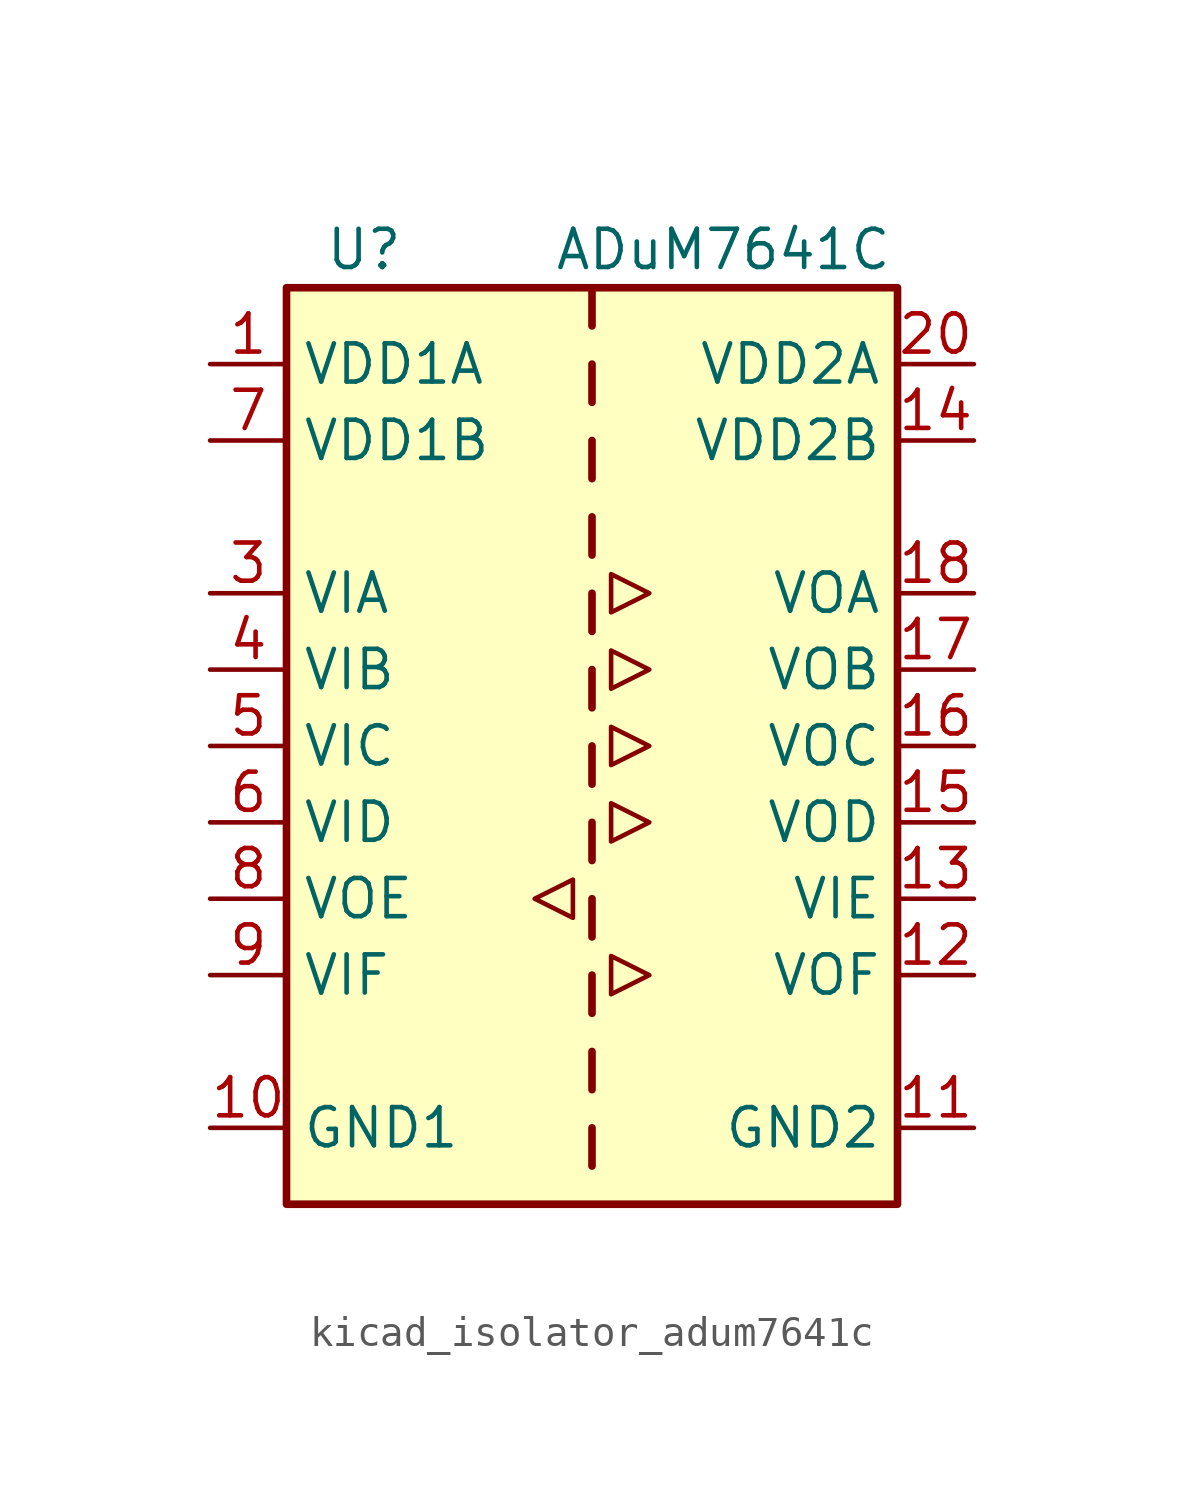
<source format=kicad_sym>
(kicad_symbol_lib
  (version 20220914)
  (generator kicad_symbol_editor)
  (symbol "kicad_isolator_adum7641c"
    (property "Reference" "U"
      (at -8.89 16.51 0)
      (effects (font (size 1.27 1.27)) (justify left)))
    (property "Value" "ADuM7641C"
      (at -1.27 16.51 0)
      (effects (font (size 1.27 1.27)) (justify left)))
    (symbol "kicad_isolator_adum7641c_0_1"
      (polyline (pts (xy -1.905 -5.08) (xy -0.635 -4.445) (xy -0.635 -5.715) (xy -1.905 -5.08)) (stroke (width 0) (type default)) (fill (type none)))
      (polyline (pts (xy 0.635 -6.985) (xy 0.635 -8.255) (xy 1.905 -7.62) (xy 0.635 -6.985)) (stroke (width 0) (type default)) (fill (type none)))
      (polyline (pts (xy 0.635 3.175) (xy 0.635 1.905) (xy 1.905 2.54) (xy 0.635 3.175)) (stroke (width 0) (type default)) (fill (type none)))
      (polyline (pts (xy 0.635 5.715) (xy 0.635 4.445) (xy 1.905 5.08) (xy 0.635 5.715)) (stroke (width 0) (type default)) (fill (type none)))
      (polyline (pts (xy 1.905 -2.54) (xy 0.635 -1.905) (xy 0.635 -3.175) (xy 1.905 -2.54)) (stroke (width 0) (type default)) (fill (type none)))
      (polyline (pts (xy 1.905 0) (xy 0.635 -0.635) (xy 0.635 0.635) (xy 1.905 0)) (stroke (width 0) (type default)) (fill (type none))))
    (symbol "kicad_isolator_adum7641c_1_1"
      (rectangle (start -10.16 15.24) (end 10.16 -15.24) (stroke (width 0.254) (type default)) (fill (type background)))
      (polyline (pts (xy 0 -12.7) (xy 0 -13.97)) (stroke (width 0.254) (type default)) (fill (type none)))
      (polyline (pts (xy 0 -10.16) (xy 0 -11.43)) (stroke (width 0.254) (type default)) (fill (type none)))
      (polyline (pts (xy 0 -7.62) (xy 0 -8.89)) (stroke (width 0.254) (type default)) (fill (type none)))
      (polyline (pts (xy 0 -5.08) (xy 0 -6.35)) (stroke (width 0.254) (type default)) (fill (type none)))
      (polyline (pts (xy 0 -2.54) (xy 0 -3.81)) (stroke (width 0.254) (type default)) (fill (type none)))
      (polyline (pts (xy 0 0) (xy 0 -1.27)) (stroke (width 0.254) (type default)) (fill (type none)))
      (polyline (pts (xy 0 2.54) (xy 0 1.27)) (stroke (width 0.254) (type default)) (fill (type none)))
      (polyline (pts (xy 0 5.08) (xy 0 3.81)) (stroke (width 0.254) (type default)) (fill (type none)))
      (polyline (pts (xy 0 7.62) (xy 0 6.35)) (stroke (width 0.254) (type default)) (fill (type none)))
      (polyline (pts (xy 0 10.16) (xy 0 8.89)) (stroke (width 0.254) (type default)) (fill (type none)))
      (polyline (pts (xy 0 12.7) (xy 0 11.43)) (stroke (width 0.254) (type default)) (fill (type none)))
      (polyline (pts (xy 0 15.24) (xy 0 13.97)) (stroke (width 0.254) (type default)) (fill (type none)))
      (pin power_in line (at -12.7 12.7 0) (length 2.54) (name "VDD1A" (effects (font (size 1.27 1.27)))) (number "1" (effects (font (size 1.27 1.27)))))
      (pin power_in line (at -12.7 -12.7 0) (length 2.54) (name "GND1" (effects (font (size 1.27 1.27)))) (number "10" (effects (font (size 1.27 1.27)))))
      (pin power_in line (at 12.7 -12.7 180) (length 2.54) (name "GND2" (effects (font (size 1.27 1.27)))) (number "11" (effects (font (size 1.27 1.27)))))
      (pin output line (at 12.7 -7.62 180) (length 2.54) (name "VOF" (effects (font (size 1.27 1.27)))) (number "12" (effects (font (size 1.27 1.27)))))
      (pin input line (at 12.7 -5.08 180) (length 2.54) (name "VIE" (effects (font (size 1.27 1.27)))) (number "13" (effects (font (size 1.27 1.27)))))
      (pin power_in line (at 12.7 10.16 180) (length 2.54) (name "VDD2B" (effects (font (size 1.27 1.27)))) (number "14" (effects (font (size 1.27 1.27)))))
      (pin output line (at 12.7 -2.54 180) (length 2.54) (name "VOD" (effects (font (size 1.27 1.27)))) (number "15" (effects (font (size 1.27 1.27)))))
      (pin output line (at 12.7 0 180) (length 2.54) (name "VOC" (effects (font (size 1.27 1.27)))) (number "16" (effects (font (size 1.27 1.27)))))
      (pin output line (at 12.7 2.54 180) (length 2.54) (name "VOB" (effects (font (size 1.27 1.27)))) (number "17" (effects (font (size 1.27 1.27)))))
      (pin output line (at 12.7 5.08 180) (length 2.54) (name "VOA" (effects (font (size 1.27 1.27)))) (number "18" (effects (font (size 1.27 1.27)))))
      (pin passive line (at 12.7 -12.7 180) (length 2.54) hide (name "GND2" (effects (font (size 1.27 1.27)))) (number "19" (effects (font (size 1.27 1.27)))))
      (pin passive line (at -12.7 -12.7 0) (length 2.54) hide (name "GND1" (effects (font (size 1.27 1.27)))) (number "2" (effects (font (size 1.27 1.27)))))
      (pin power_in line (at 12.7 12.7 180) (length 2.54) (name "VDD2A" (effects (font (size 1.27 1.27)))) (number "20" (effects (font (size 1.27 1.27)))))
      (pin input line (at -12.7 5.08 0) (length 2.54) (name "VIA" (effects (font (size 1.27 1.27)))) (number "3" (effects (font (size 1.27 1.27)))))
      (pin input line (at -12.7 2.54 0) (length 2.54) (name "VIB" (effects (font (size 1.27 1.27)))) (number "4" (effects (font (size 1.27 1.27)))))
      (pin input line (at -12.7 0 0) (length 2.54) (name "VIC" (effects (font (size 1.27 1.27)))) (number "5" (effects (font (size 1.27 1.27)))))
      (pin input line (at -12.7 -2.54 0) (length 2.54) (name "VID" (effects (font (size 1.27 1.27)))) (number "6" (effects (font (size 1.27 1.27)))))
      (pin power_in line (at -12.7 10.16 0) (length 2.54) (name "VDD1B" (effects (font (size 1.27 1.27)))) (number "7" (effects (font (size 1.27 1.27)))))
      (pin output line (at -12.7 -5.08 0) (length 2.54) (name "VOE" (effects (font (size 1.27 1.27)))) (number "8" (effects (font (size 1.27 1.27)))))
      (pin input line (at -12.7 -7.62 0) (length 2.54) (name "VIF" (effects (font (size 1.27 1.27)))) (number "9" (effects (font (size 1.27 1.27))))))))
</source>
